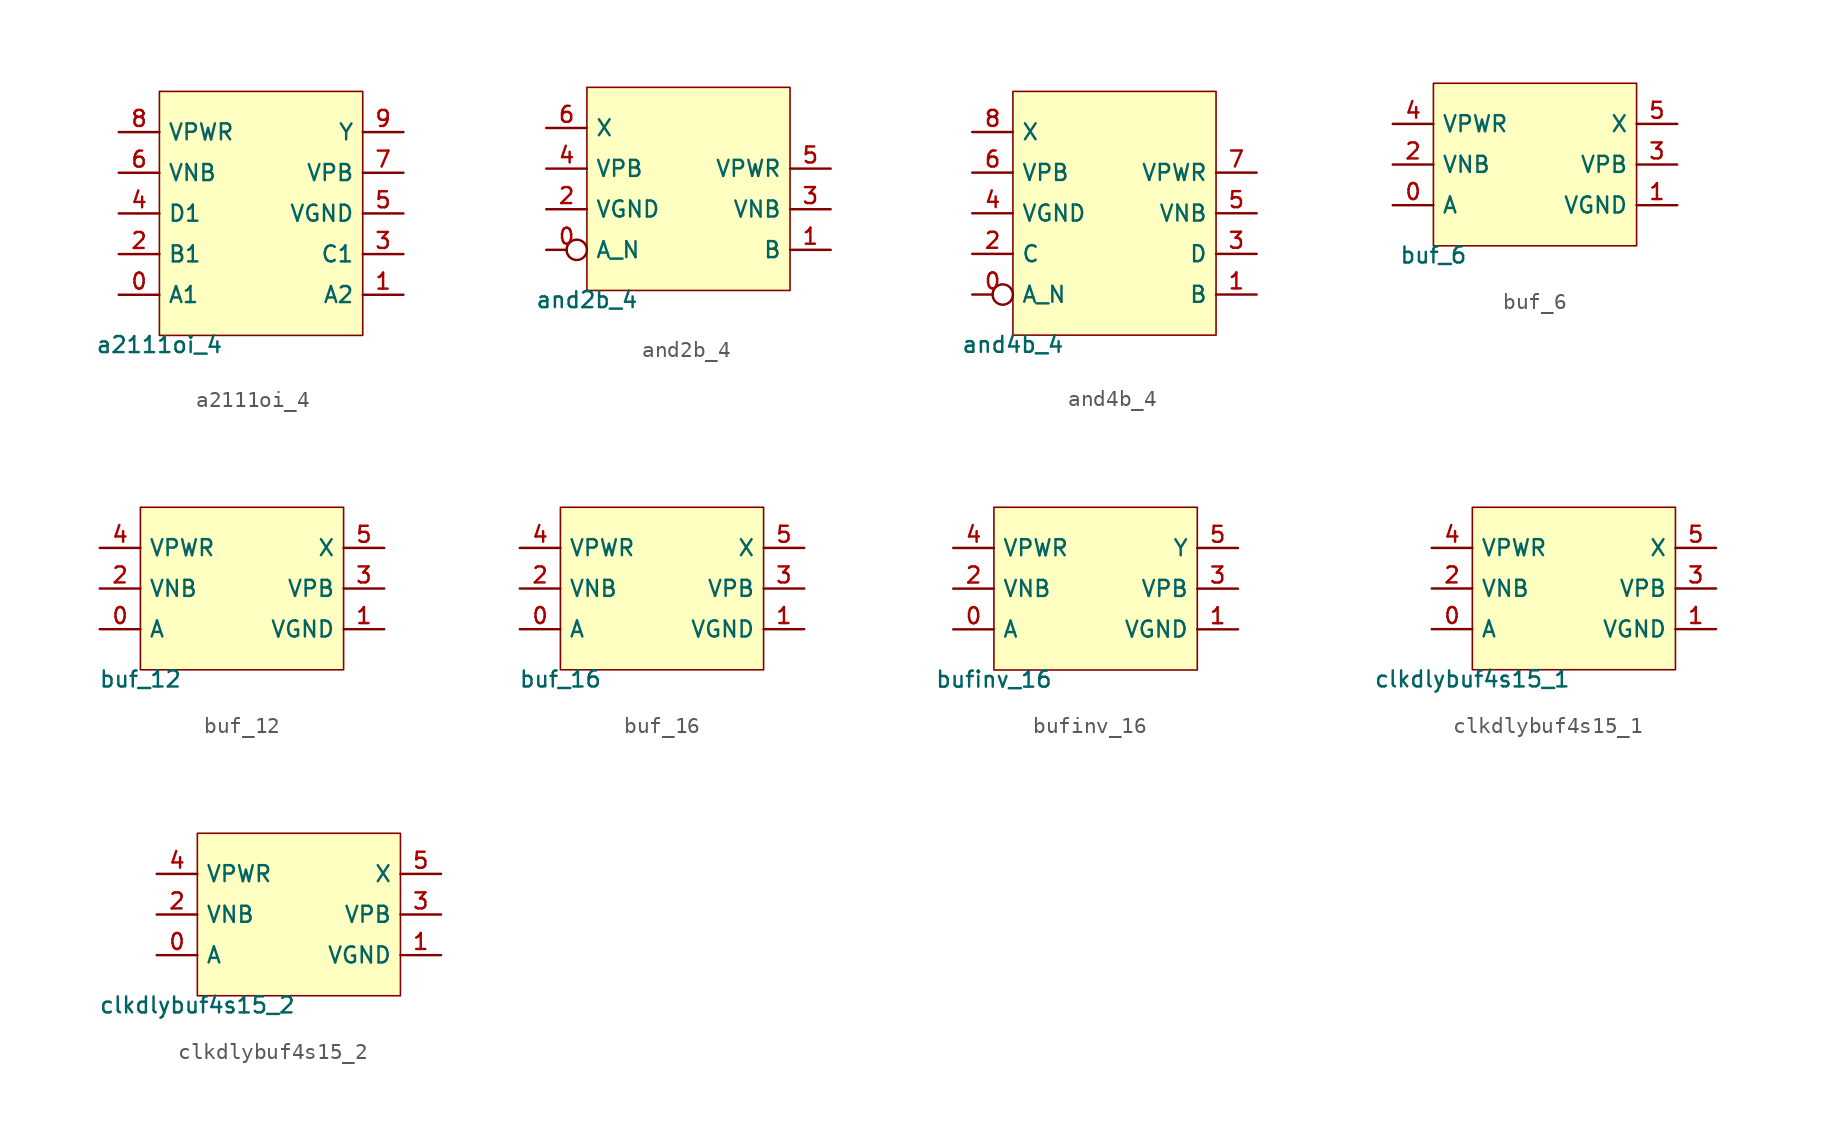
<source format=kicad_sym>
(kicad_symbol_lib
  (version 20211014)
  (generator pdk2kicad)
  (symbol "a2111oi_4"
    (property "Reference" "X"
      (at 0 0 0)
      (effects (font (size 1 1)) hide))
    (property "Value" "a2111oi_4"
      (at -6.35 -7.62 0)
      (effects (font (size 1 1)) (justify top)))
    (rectangle
      (start -6.35 -7.62)
      (end 6.35 7.62)
      (stroke (width 0.1) (type solid) (color 0 0 0 0))
      (fill (type background)))
    (pin bidirectional line
      (at -8.89 -5.08 0)
      (length 2.54)
      (name "A1" (effects (font (size 1 1)) hide))
      (number "0" (effects (font (size 1 1)) hide)))
    (pin bidirectional line
      (at 8.89 -5.08 180)
      (length 2.54)
      (name "A2" (effects (font (size 1 1)) hide))
      (number "1" (effects (font (size 1 1)) hide)))
    (pin bidirectional line
      (at -8.89 -2.54 0)
      (length 2.54)
      (name "B1" (effects (font (size 1 1)) hide))
      (number "2" (effects (font (size 1 1)) hide)))
    (pin bidirectional line
      (at 8.89 -2.54 180)
      (length 2.54)
      (name "C1" (effects (font (size 1 1)) hide))
      (number "3" (effects (font (size 1 1)) hide)))
    (pin bidirectional line
      (at -8.89 8.881784197001252e-16 0)
      (length 2.54)
      (name "D1" (effects (font (size 1 1)) hide))
      (number "4" (effects (font (size 1 1)) hide)))
    (pin bidirectional line
      (at 8.89 8.881784197001252e-16 180)
      (length 2.54)
      (name "VGND" (effects (font (size 1 1)) hide))
      (number "5" (effects (font (size 1 1)) hide)))
    (pin bidirectional line
      (at -8.89 2.54 0)
      (length 2.54)
      (name "VNB" (effects (font (size 1 1)) hide))
      (number "6" (effects (font (size 1 1)) hide)))
    (pin bidirectional line
      (at 8.89 2.54 180)
      (length 2.54)
      (name "VPB" (effects (font (size 1 1)) hide))
      (number "7" (effects (font (size 1 1)) hide)))
    (pin bidirectional line
      (at -8.89 5.08 0)
      (length 2.54)
      (name "VPWR" (effects (font (size 1 1)) hide))
      (number "8" (effects (font (size 1 1)) hide)))
    (pin bidirectional line
      (at 8.89 5.08 180)
      (length 2.54)
      (name "Y" (effects (font (size 1 1)) hide))
      (number "9" (effects (font (size 1 1)) hide))))
  (symbol "and2b_4"
    (property "Reference" "X"
      (at 0 0 0)
      (effects (font (size 1 1)) hide))
    (property "Value" "and2b_4"
      (at -6.35 -6.35 0)
      (effects (font (size 1 1)) (justify top)))
    (rectangle
      (start -6.35 -6.35)
      (end 6.35 6.35)
      (stroke (width 0.1) (type solid) (color 0 0 0 0))
      (fill (type background)))
    (pin bidirectional inverted
      (at -8.89 -3.81 0)
      (length 2.54)
      (name "A_N" (effects (font (size 1 1)) hide))
      (number "0" (effects (font (size 1 1)) hide)))
    (pin bidirectional line
      (at 8.89 -3.81 180)
      (length 2.54)
      (name "B" (effects (font (size 1 1)) hide))
      (number "1" (effects (font (size 1 1)) hide)))
    (pin bidirectional line
      (at -8.89 -1.27 0)
      (length 2.54)
      (name "VGND" (effects (font (size 1 1)) hide))
      (number "2" (effects (font (size 1 1)) hide)))
    (pin bidirectional line
      (at 8.89 -1.27 180)
      (length 2.54)
      (name "VNB" (effects (font (size 1 1)) hide))
      (number "3" (effects (font (size 1 1)) hide)))
    (pin bidirectional line
      (at -8.89 1.27 0)
      (length 2.54)
      (name "VPB" (effects (font (size 1 1)) hide))
      (number "4" (effects (font (size 1 1)) hide)))
    (pin bidirectional line
      (at 8.89 1.27 180)
      (length 2.54)
      (name "VPWR" (effects (font (size 1 1)) hide))
      (number "5" (effects (font (size 1 1)) hide)))
    (pin bidirectional line
      (at -8.89 3.81 0)
      (length 2.54)
      (name "X" (effects (font (size 1 1)) hide))
      (number "6" (effects (font (size 1 1)) hide))))
  (symbol "and4b_4"
    (property "Reference" "X"
      (at 0 0 0)
      (effects (font (size 1 1)) hide))
    (property "Value" "and4b_4"
      (at -6.35 -7.62 0)
      (effects (font (size 1 1)) (justify top)))
    (rectangle
      (start -6.35 -7.62)
      (end 6.35 7.62)
      (stroke (width 0.1) (type solid) (color 0 0 0 0))
      (fill (type background)))
    (pin bidirectional inverted
      (at -8.89 -5.08 0)
      (length 2.54)
      (name "A_N" (effects (font (size 1 1)) hide))
      (number "0" (effects (font (size 1 1)) hide)))
    (pin bidirectional line
      (at 8.89 -5.08 180)
      (length 2.54)
      (name "B" (effects (font (size 1 1)) hide))
      (number "1" (effects (font (size 1 1)) hide)))
    (pin bidirectional line
      (at -8.89 -2.54 0)
      (length 2.54)
      (name "C" (effects (font (size 1 1)) hide))
      (number "2" (effects (font (size 1 1)) hide)))
    (pin bidirectional line
      (at 8.89 -2.54 180)
      (length 2.54)
      (name "D" (effects (font (size 1 1)) hide))
      (number "3" (effects (font (size 1 1)) hide)))
    (pin bidirectional line
      (at -8.89 8.881784197001252e-16 0)
      (length 2.54)
      (name "VGND" (effects (font (size 1 1)) hide))
      (number "4" (effects (font (size 1 1)) hide)))
    (pin bidirectional line
      (at 8.89 8.881784197001252e-16 180)
      (length 2.54)
      (name "VNB" (effects (font (size 1 1)) hide))
      (number "5" (effects (font (size 1 1)) hide)))
    (pin bidirectional line
      (at -8.89 2.54 0)
      (length 2.54)
      (name "VPB" (effects (font (size 1 1)) hide))
      (number "6" (effects (font (size 1 1)) hide)))
    (pin bidirectional line
      (at 8.89 2.54 180)
      (length 2.54)
      (name "VPWR" (effects (font (size 1 1)) hide))
      (number "7" (effects (font (size 1 1)) hide)))
    (pin bidirectional line
      (at -8.89 5.08 0)
      (length 2.54)
      (name "X" (effects (font (size 1 1)) hide))
      (number "8" (effects (font (size 1 1)) hide))))
  (symbol "buf_6"
    (property "Reference" "X"
      (at 0 0 0)
      (effects (font (size 1 1)) hide))
    (property "Value" "buf_6"
      (at -6.35 -5.08 0)
      (effects (font (size 1 1)) (justify top)))
    (rectangle
      (start -6.35 -5.08)
      (end 6.35 5.08)
      (stroke (width 0.1) (type solid) (color 0 0 0 0))
      (fill (type background)))
    (pin bidirectional line
      (at -8.89 -2.54 0)
      (length 2.54)
      (name "A" (effects (font (size 1 1)) hide))
      (number "0" (effects (font (size 1 1)) hide)))
    (pin bidirectional line
      (at 8.89 -2.54 180)
      (length 2.54)
      (name "VGND" (effects (font (size 1 1)) hide))
      (number "1" (effects (font (size 1 1)) hide)))
    (pin bidirectional line
      (at -8.89 0.0 0)
      (length 2.54)
      (name "VNB" (effects (font (size 1 1)) hide))
      (number "2" (effects (font (size 1 1)) hide)))
    (pin bidirectional line
      (at 8.89 0.0 180)
      (length 2.54)
      (name "VPB" (effects (font (size 1 1)) hide))
      (number "3" (effects (font (size 1 1)) hide)))
    (pin bidirectional line
      (at -8.89 2.54 0)
      (length 2.54)
      (name "VPWR" (effects (font (size 1 1)) hide))
      (number "4" (effects (font (size 1 1)) hide)))
    (pin bidirectional line
      (at 8.89 2.54 180)
      (length 2.54)
      (name "X" (effects (font (size 1 1)) hide))
      (number "5" (effects (font (size 1 1)) hide))))
  (symbol "buf_12"
    (property "Reference" "X"
      (at 0 0 0)
      (effects (font (size 1 1)) hide))
    (property "Value" "buf_12"
      (at -6.35 -5.08 0)
      (effects (font (size 1 1)) (justify top)))
    (rectangle
      (start -6.35 -5.08)
      (end 6.35 5.08)
      (stroke (width 0.1) (type solid) (color 0 0 0 0))
      (fill (type background)))
    (pin bidirectional line
      (at -8.89 -2.54 0)
      (length 2.54)
      (name "A" (effects (font (size 1 1)) hide))
      (number "0" (effects (font (size 1 1)) hide)))
    (pin bidirectional line
      (at 8.89 -2.54 180)
      (length 2.54)
      (name "VGND" (effects (font (size 1 1)) hide))
      (number "1" (effects (font (size 1 1)) hide)))
    (pin bidirectional line
      (at -8.89 0.0 0)
      (length 2.54)
      (name "VNB" (effects (font (size 1 1)) hide))
      (number "2" (effects (font (size 1 1)) hide)))
    (pin bidirectional line
      (at 8.89 0.0 180)
      (length 2.54)
      (name "VPB" (effects (font (size 1 1)) hide))
      (number "3" (effects (font (size 1 1)) hide)))
    (pin bidirectional line
      (at -8.89 2.54 0)
      (length 2.54)
      (name "VPWR" (effects (font (size 1 1)) hide))
      (number "4" (effects (font (size 1 1)) hide)))
    (pin bidirectional line
      (at 8.89 2.54 180)
      (length 2.54)
      (name "X" (effects (font (size 1 1)) hide))
      (number "5" (effects (font (size 1 1)) hide))))
  (symbol "buf_16"
    (property "Reference" "X"
      (at 0 0 0)
      (effects (font (size 1 1)) hide))
    (property "Value" "buf_16"
      (at -6.35 -5.08 0)
      (effects (font (size 1 1)) (justify top)))
    (rectangle
      (start -6.35 -5.08)
      (end 6.35 5.08)
      (stroke (width 0.1) (type solid) (color 0 0 0 0))
      (fill (type background)))
    (pin bidirectional line
      (at -8.89 -2.54 0)
      (length 2.54)
      (name "A" (effects (font (size 1 1)) hide))
      (number "0" (effects (font (size 1 1)) hide)))
    (pin bidirectional line
      (at 8.89 -2.54 180)
      (length 2.54)
      (name "VGND" (effects (font (size 1 1)) hide))
      (number "1" (effects (font (size 1 1)) hide)))
    (pin bidirectional line
      (at -8.89 0.0 0)
      (length 2.54)
      (name "VNB" (effects (font (size 1 1)) hide))
      (number "2" (effects (font (size 1 1)) hide)))
    (pin bidirectional line
      (at 8.89 0.0 180)
      (length 2.54)
      (name "VPB" (effects (font (size 1 1)) hide))
      (number "3" (effects (font (size 1 1)) hide)))
    (pin bidirectional line
      (at -8.89 2.54 0)
      (length 2.54)
      (name "VPWR" (effects (font (size 1 1)) hide))
      (number "4" (effects (font (size 1 1)) hide)))
    (pin bidirectional line
      (at 8.89 2.54 180)
      (length 2.54)
      (name "X" (effects (font (size 1 1)) hide))
      (number "5" (effects (font (size 1 1)) hide))))
  (symbol "bufinv_16"
    (property "Reference" "X"
      (at 0 0 0)
      (effects (font (size 1 1)) hide))
    (property "Value" "bufinv_16"
      (at -6.35 -5.08 0)
      (effects (font (size 1 1)) (justify top)))
    (rectangle
      (start -6.35 -5.08)
      (end 6.35 5.08)
      (stroke (width 0.1) (type solid) (color 0 0 0 0))
      (fill (type background)))
    (pin bidirectional line
      (at -8.89 -2.54 0)
      (length 2.54)
      (name "A" (effects (font (size 1 1)) hide))
      (number "0" (effects (font (size 1 1)) hide)))
    (pin bidirectional line
      (at 8.89 -2.54 180)
      (length 2.54)
      (name "VGND" (effects (font (size 1 1)) hide))
      (number "1" (effects (font (size 1 1)) hide)))
    (pin bidirectional line
      (at -8.89 0.0 0)
      (length 2.54)
      (name "VNB" (effects (font (size 1 1)) hide))
      (number "2" (effects (font (size 1 1)) hide)))
    (pin bidirectional line
      (at 8.89 0.0 180)
      (length 2.54)
      (name "VPB" (effects (font (size 1 1)) hide))
      (number "3" (effects (font (size 1 1)) hide)))
    (pin bidirectional line
      (at -8.89 2.54 0)
      (length 2.54)
      (name "VPWR" (effects (font (size 1 1)) hide))
      (number "4" (effects (font (size 1 1)) hide)))
    (pin bidirectional line
      (at 8.89 2.54 180)
      (length 2.54)
      (name "Y" (effects (font (size 1 1)) hide))
      (number "5" (effects (font (size 1 1)) hide))))
  (symbol "clkdlybuf4s15_1"
    (property "Reference" "X"
      (at 0 0 0)
      (effects (font (size 1 1)) hide))
    (property "Value" "clkdlybuf4s15_1"
      (at -6.35 -5.08 0)
      (effects (font (size 1 1)) (justify top)))
    (rectangle
      (start -6.35 -5.08)
      (end 6.35 5.08)
      (stroke (width 0.1) (type solid) (color 0 0 0 0))
      (fill (type background)))
    (pin bidirectional line
      (at -8.89 -2.54 0)
      (length 2.54)
      (name "A" (effects (font (size 1 1)) hide))
      (number "0" (effects (font (size 1 1)) hide)))
    (pin bidirectional line
      (at 8.89 -2.54 180)
      (length 2.54)
      (name "VGND" (effects (font (size 1 1)) hide))
      (number "1" (effects (font (size 1 1)) hide)))
    (pin bidirectional line
      (at -8.89 0.0 0)
      (length 2.54)
      (name "VNB" (effects (font (size 1 1)) hide))
      (number "2" (effects (font (size 1 1)) hide)))
    (pin bidirectional line
      (at 8.89 0.0 180)
      (length 2.54)
      (name "VPB" (effects (font (size 1 1)) hide))
      (number "3" (effects (font (size 1 1)) hide)))
    (pin bidirectional line
      (at -8.89 2.54 0)
      (length 2.54)
      (name "VPWR" (effects (font (size 1 1)) hide))
      (number "4" (effects (font (size 1 1)) hide)))
    (pin bidirectional line
      (at 8.89 2.54 180)
      (length 2.54)
      (name "X" (effects (font (size 1 1)) hide))
      (number "5" (effects (font (size 1 1)) hide))))
  (symbol "clkdlybuf4s15_2"
    (property "Reference" "X"
      (at 0 0 0)
      (effects (font (size 1 1)) hide))
    (property "Value" "clkdlybuf4s15_2"
      (at -6.35 -5.08 0)
      (effects (font (size 1 1)) (justify top)))
    (rectangle
      (start -6.35 -5.08)
      (end 6.35 5.08)
      (stroke (width 0.1) (type solid) (color 0 0 0 0))
      (fill (type background)))
    (pin bidirectional line
      (at -8.89 -2.54 0)
      (length 2.54)
      (name "A" (effects (font (size 1 1)) hide))
      (number "0" (effects (font (size 1 1)) hide)))
    (pin bidirectional line
      (at 8.89 -2.54 180)
      (length 2.54)
      (name "VGND" (effects (font (size 1 1)) hide))
      (number "1" (effects (font (size 1 1)) hide)))
    (pin bidirectional line
      (at -8.89 0.0 0)
      (length 2.54)
      (name "VNB" (effects (font (size 1 1)) hide))
      (number "2" (effects (font (size 1 1)) hide)))
    (pin bidirectional line
      (at 8.89 0.0 180)
      (length 2.54)
      (name "VPB" (effects (font (size 1 1)) hide))
      (number "3" (effects (font (size 1 1)) hide)))
    (pin bidirectional line
      (at -8.89 2.54 0)
      (length 2.54)
      (name "VPWR" (effects (font (size 1 1)) hide))
      (number "4" (effects (font (size 1 1)) hide)))
    (pin bidirectional line
      (at 8.89 2.54 180)
      (length 2.54)
      (name "X" (effects (font (size 1 1)) hide))
      (number "5" (effects (font (size 1 1)) hide)))))
</source>
